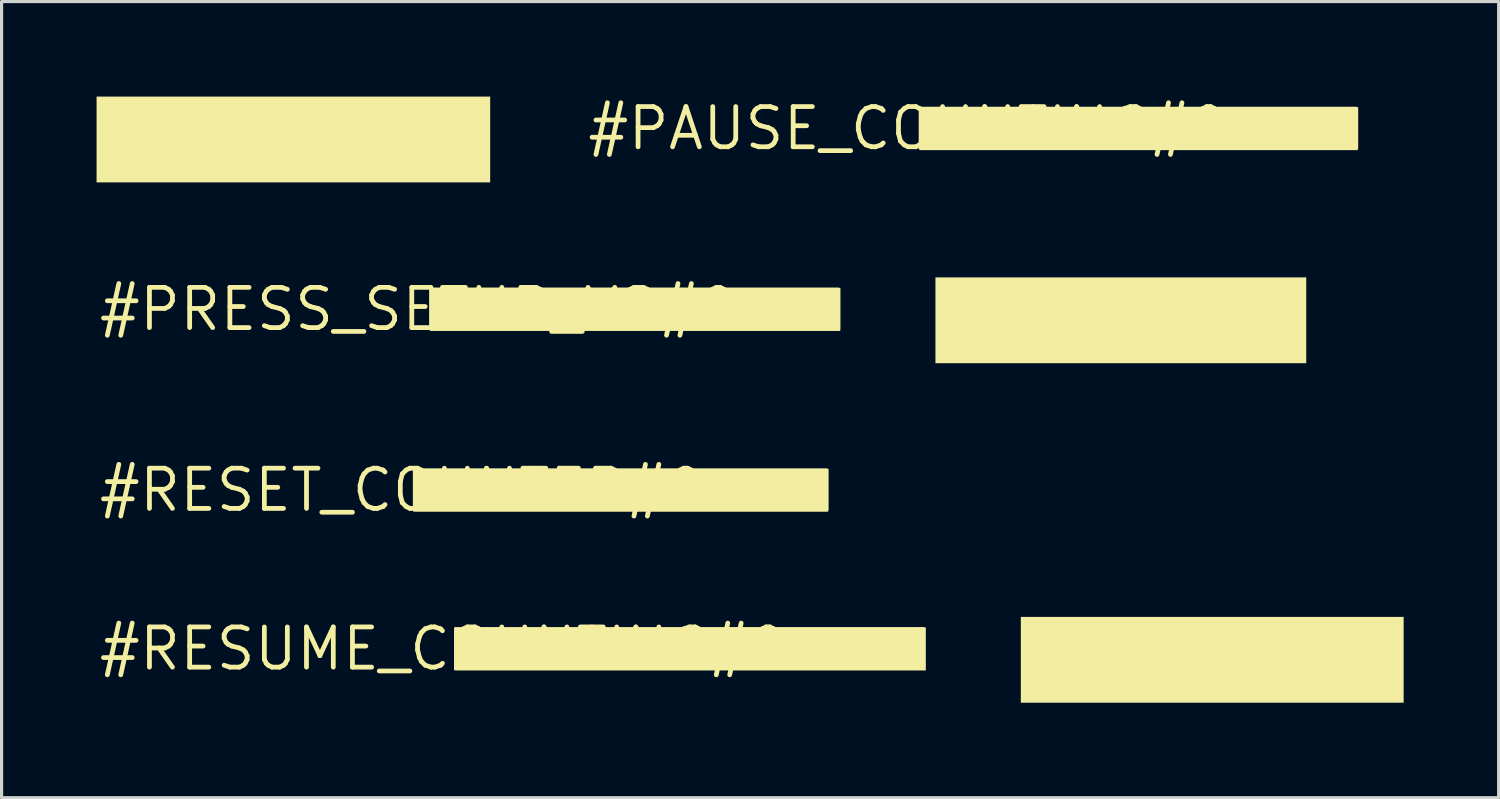
<source format=kicad_pcb>
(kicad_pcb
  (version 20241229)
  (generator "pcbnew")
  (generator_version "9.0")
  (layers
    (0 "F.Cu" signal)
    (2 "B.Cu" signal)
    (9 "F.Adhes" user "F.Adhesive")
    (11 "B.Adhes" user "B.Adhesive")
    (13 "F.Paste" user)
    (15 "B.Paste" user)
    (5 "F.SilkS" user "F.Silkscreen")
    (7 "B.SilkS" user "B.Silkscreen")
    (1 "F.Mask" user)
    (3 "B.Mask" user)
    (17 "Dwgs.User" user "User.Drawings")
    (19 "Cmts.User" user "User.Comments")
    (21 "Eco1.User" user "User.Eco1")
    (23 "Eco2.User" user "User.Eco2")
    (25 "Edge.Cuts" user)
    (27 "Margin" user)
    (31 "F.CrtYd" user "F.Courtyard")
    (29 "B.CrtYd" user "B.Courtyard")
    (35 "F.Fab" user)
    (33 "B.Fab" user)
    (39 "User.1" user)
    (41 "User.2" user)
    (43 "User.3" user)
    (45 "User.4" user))
  (footprint "#SETUP#0"
    (layer "F.Cu")
    (at 35.233 17.787)
    (property "Reference" "#SETUP#0" (at 0 0 0) (layer "F.SilkS") (effects (font (size 1.27 1.27) (thickness 0.15))))
    (fp_poly (pts (xy 6.045 1.355) (xy -6.045 1.355) (xy -6.045 -1.355) (xy 6.045 -1.355)) (stroke (width 0) (type solid)) (fill yes) (layer "F.SilkS"))
    (fp_poly (pts (xy -1.978 -0.405) (xy -1.968 -0.405) (xy -1.957 -0.394) (xy -1.937 -0.384) (xy -1.915 -0.352) (xy -1.915 -0.341) (xy -1.905 -0.321) (xy -1.905 -0.229) (xy -1.926 -0.187) (xy -1.947 -0.166) (xy -1.967 -0.156) (xy -1.978 -0.145) (xy -2.665 -0.145) (xy -2.665 -0.301) (xy -2.655 -0.332) (xy -2.644 -0.363) (xy -2.624 -0.384) (xy -2.602 -0.405) (xy -2.581 -0.405) (xy -2.561 -0.415) (xy -1.988 -0.415)) (stroke (width 0) (type solid)) (fill yes) (layer "F.SilkS")))
  (footprint "#RESUME_COUNTING#0"
    (layer "F.Cu")
    (at 10.953 17.439)
    (property "Reference" "#RESUME_COUNTING#0" (at 0 0 0) (layer "F.SilkS") (effects (font (size 1.27 1.27) (thickness 0.15))))
    (fp_poly (pts (xy 15.235 -0.674) (xy 15.235 0.685) (xy 0.4 0.685) (xy 0.335 0.674) (xy 0.335 -0.62) (xy 0.346 -0.685) (xy 15.17 -0.685)) (stroke (width 0) (type solid)) (fill yes) (layer "F.SilkS"))
    (fp_poly (pts (xy 1.152 -0.255) (xy 1.214 -0.224) (xy 1.245 -0.171) (xy 1.235 -0.088) (xy 1.193 -0.046) (xy 1.131 -0.025) (xy 0.989 -0.025) (xy 0.955 -0.036) (xy 0.955 -0.243) (xy 1.009 -0.265) (xy 1.08 -0.265)) (stroke (width 0) (type solid)) (fill yes) (layer "F.SilkS"))
    (fp_poly (pts (xy 8.642 -0.255) (xy 8.703 -0.224) (xy 8.754 -0.173) (xy 8.785 -0.112) (xy 8.795 -0.04) (xy 8.795 0.031) (xy 8.775 0.102) (xy 8.744 0.153) (xy 8.693 0.204) (xy 8.632 0.235) (xy 8.57 0.245) (xy 8.499 0.245) (xy 8.437 0.214) (xy 8.377 0.174) (xy 8.325 0.123) (xy 8.305 0.041) (xy 8.305 -0.03) (xy 8.315 -0.102) (xy 8.346 -0.163) (xy 8.387 -0.214) (xy 8.448 -0.255) (xy 8.509 -0.275) (xy 8.581 -0.275)) (stroke (width 0) (type solid)) (fill yes) (layer "F.SilkS")))
  (footprint "#PAUSE_COUNTING#0"
    (layer "F.Cu")
    (at 25.628 1.006)
    (property "Reference" "#PAUSE_COUNTING#0" (at 0 0 0) (layer "F.SilkS") (effects (font (size 1.27 1.27) (thickness 0.15))))
    (fp_poly (pts (xy 2.144 -0.064) (xy 2.207 0.064) (xy 2.15 0.075) (xy 2.079 0.075) (xy 2.033 0.052) (xy 2.098 -0.087)) (stroke (width 0) (type solid)) (fill yes) (layer "F.SilkS"))
    (fp_poly (pts (xy 14.215 -0.663) (xy 14.215 0.631) (xy 14.193 0.685) (xy 0.367 0.685) (xy 0.335 0.642) (xy 0.335 -0.652) (xy 0.368 -0.685) (xy 14.161 -0.685)) (stroke (width 0) (type solid)) (fill yes) (layer "F.SilkS"))
    (fp_poly (pts (xy 1.172 -0.245) (xy 1.224 -0.203) (xy 1.245 -0.13) (xy 1.224 -0.067) (xy 1.172 -0.015) (xy 0.988 -0.015) (xy 0.955 -0.058) (xy 0.955 -0.19) (xy 0.966 -0.255) (xy 1.11 -0.255)) (stroke (width 0) (type solid)) (fill yes) (layer "F.SilkS"))
    (fp_poly (pts (xy 7.612 -0.265) (xy 7.673 -0.224) (xy 7.724 -0.183) (xy 7.755 -0.122) (xy 7.775 -0.061) (xy 7.775 0.021) (xy 7.755 0.092) (xy 7.724 0.143) (xy 7.683 0.194) (xy 7.622 0.235) (xy 7.55 0.245) (xy 7.489 0.245) (xy 7.428 0.225) (xy 7.367 0.184) (xy 7.316 0.133) (xy 7.285 0.051) (xy 7.285 -0.01) (xy 7.295 -0.081) (xy 7.315 -0.152) (xy 7.357 -0.204) (xy 7.417 -0.244) (xy 7.479 -0.275) (xy 7.54 -0.275)) (stroke (width 0) (type solid)) (fill yes) (layer "F.SilkS")))
  (footprint "#RESET#0"
    (layer "F.Cu")
    (at 32.347 7.065)
    (property "Reference" "#RESET#0" (at 0 0 0) (layer "F.SilkS") (effects (font (size 1.27 1.27) (thickness 0.15))))
    (fp_poly (pts (xy 5.855 1.355) (xy -5.855 1.355) (xy -5.855 -1.355) (xy 5.855 -1.355)) (stroke (width 0) (type solid)) (fill yes) (layer "F.SilkS"))
    (fp_poly (pts (xy 2.192 -0.405) (xy 2.201 -0.405) (xy 2.223 -0.394) (xy 2.234 -0.384) (xy 2.244 -0.373) (xy 2.255 -0.351) (xy 2.255 -0.341) (xy 2.265 -0.321) (xy 2.265 -0.229) (xy 2.244 -0.188) (xy 2.234 -0.166) (xy 2.212 -0.156) (xy 2.191 -0.145) (xy 1.515 -0.145) (xy 1.515 -0.331) (xy 1.526 -0.363) (xy 1.546 -0.384) (xy 1.568 -0.405) (xy 1.589 -0.405) (xy 1.609 -0.415) (xy 2.182 -0.415)) (stroke (width 0) (type solid)) (fill yes) (layer "F.SilkS"))
    (fp_poly (pts (xy -1.998 -0.405) (xy -1.978 -0.405) (xy -1.966 -0.394) (xy -1.956 -0.384) (xy -1.946 -0.373) (xy -1.936 -0.353) (xy -1.925 -0.342) (xy -1.925 -0.321) (xy -1.915 -0.301) (xy -1.915 -0.249) (xy -1.925 -0.229) (xy -1.925 -0.209) (xy -1.936 -0.187) (xy -1.957 -0.166) (xy -1.999 -0.145) (xy -2.675 -0.145) (xy -2.675 -0.301) (xy -2.665 -0.332) (xy -2.655 -0.362) (xy -2.644 -0.383) (xy -2.622 -0.405) (xy -2.591 -0.405) (xy -2.571 -0.415) (xy -2.008 -0.415)) (stroke (width 0) (type solid)) (fill yes) (layer "F.SilkS")))
  (footprint "#COUNT#0"
    (layer "F.Cu")
    (at 6.215 1.355)
    (property "Reference" "#COUNT#0" (at 0 0 0) (layer "F.SilkS") (effects (font (size 1.27 1.27) (thickness 0.15))))
    (fp_poly (pts (xy 6.215 1.355) (xy -6.215 1.355) (xy -6.215 -1.355) (xy 6.215 -1.355)) (stroke (width 0) (type solid)) (fill yes) (layer "F.SilkS"))
    (fp_poly (pts (xy -2.279 -0.455) (xy -2.239 -0.445) (xy -2.188 -0.435) (xy -2.147 -0.414) (xy -2.107 -0.384) (xy -2.067 -0.364) (xy -2.036 -0.333) (xy -2.006 -0.293) (xy -1.976 -0.253) (xy -1.956 -0.212) (xy -1.936 -0.172) (xy -1.915 -0.132) (xy -1.905 -0.091) (xy -1.905 -0.04) (xy -1.895 0.01) (xy -1.905 0.06) (xy -1.905 0.111) (xy -1.915 0.152) (xy -1.936 0.192) (xy -1.956 0.232) (xy -1.976 0.273) (xy -2.006 0.313) (xy -2.037 0.344) (xy -2.077 0.374) (xy -2.107 0.404) (xy -2.148 0.424) (xy -2.188 0.445) (xy -2.238 0.455) (xy -2.279 0.475) (xy -2.471 0.475) (xy -2.512 0.465) (xy -2.562 0.445) (xy -2.592 0.435) (xy -2.633 0.414) (xy -2.663 0.384) (xy -2.693 0.364) (xy -2.734 0.323) (xy -2.764 0.273) (xy -2.794 0.233) (xy -2.825 0.182) (xy -2.835 0.141) (xy -2.845 0.101) (xy -2.855 0.061) (xy -2.855 -0.03) (xy -2.845 -0.081) (xy -2.835 -0.121) (xy -2.825 -0.162) (xy -2.794 -0.213) (xy -2.764 -0.263) (xy -2.734 -0.303) (xy -2.704 -0.343) (xy -2.673 -0.374) (xy -2.633 -0.394) (xy -2.603 -0.414) (xy -2.562 -0.435) (xy -2.511 -0.445) (xy -2.471 -0.455) (xy -2.42 -0.465) (xy -2.33 -0.465)) (stroke (width 0) (type solid)) (fill yes) (layer "F.SilkS")))
  (footprint "#RESET_COUNTER#0"
    (layer "F.Cu")
    (at 9.653 12.426)
    (property "Reference" "#RESET_COUNTER#0" (at 0 0 0) (layer "F.SilkS") (effects (font (size 1.27 1.27) (thickness 0.15))))
    (fp_poly (pts (xy 13.465 -0.663) (xy 13.465 0.631) (xy 13.443 0.685) (xy 0.357 0.685) (xy 0.335 0.631) (xy 0.335 -0.652) (xy 0.378 -0.685) (xy 13.411 -0.685)) (stroke (width 0) (type solid)) (fill yes) (layer "F.SilkS"))
    (fp_poly (pts (xy 1.182 -0.245) (xy 1.235 -0.203) (xy 1.245 -0.13) (xy 1.224 -0.067) (xy 1.162 -0.025) (xy 1.029 -0.025) (xy 0.955 -0.067) (xy 0.955 -0.211) (xy 0.977 -0.265) (xy 1.111 -0.265)) (stroke (width 0) (type solid)) (fill yes) (layer "F.SilkS"))
    (fp_poly (pts (xy 12.652 -0.255) (xy 12.714 -0.224) (xy 12.735 -0.16) (xy 12.725 -0.088) (xy 12.683 -0.035) (xy 12.61 -0.025) (xy 12.478 -0.025) (xy 12.455 -0.048) (xy 12.455 -0.254) (xy 12.52 -0.265) (xy 12.58 -0.265)) (stroke (width 0) (type solid)) (fill yes) (layer "F.SilkS"))
    (fp_poly (pts (xy 7.462 -0.265) (xy 7.523 -0.234) (xy 7.574 -0.193) (xy 7.615 -0.132) (xy 7.635 -0.071) (xy 7.635 0.000355) (xy 7.625 0.071) (xy 7.604 0.133) (xy 7.553 0.184) (xy 7.502 0.225) (xy 7.431 0.245) (xy 7.37 0.245) (xy 7.298 0.235) (xy 7.247 0.194) (xy 7.186 0.143) (xy 7.145 0.071) (xy 7.145 -0.000355) (xy 7.155 -0.071) (xy 7.175 -0.132) (xy 7.206 -0.193) (xy 7.267 -0.234) (xy 7.328 -0.265) (xy 7.39 -0.275)) (stroke (width 0) (type solid)) (fill yes) (layer "F.SilkS")))
  (footprint "#PRESS_SETUP_X2#0"
    (layer "F.Cu")
    (at 10.167 6.716)
    (property "Reference" "#PRESS_SETUP_X2#0" (at 0 0 0) (layer "F.SilkS") (effects (font (size 1.27 1.27) (thickness 0.15))))
    (fp_poly (pts (xy 13.325 -0.663) (xy 13.325 0.62) (xy 13.314 0.685) (xy 0.378 0.685) (xy 0.335 0.652) (xy 0.335 -0.642) (xy 0.367 -0.685) (xy 13.271 -0.685)) (stroke (width 0) (type solid)) (fill yes) (layer "F.SilkS"))
    (fp_poly (pts (xy 1.162 -0.245) (xy 1.224 -0.203) (xy 1.245 -0.14) (xy 1.224 -0.067) (xy 1.183 -0.025) (xy 1.141 -0.015) (xy 0.998 -0.015) (xy 0.955 -0.048) (xy 0.955 -0.255) (xy 1.1 -0.255)) (stroke (width 0) (type solid)) (fill yes) (layer "F.SilkS"))
    (fp_poly (pts (xy 2.122 -0.244) (xy 2.175 -0.203) (xy 2.185 -0.13) (xy 2.164 -0.067) (xy 2.102 -0.025) (xy 1.958 -0.025) (xy 1.895 -0.067) (xy 1.895 -0.211) (xy 1.917 -0.265) (xy 2.061 -0.265)) (stroke (width 0) (type solid)) (fill yes) (layer "F.SilkS"))
    (fp_poly (pts (xy 10.174 -0.213) (xy 10.205 -0.151) (xy 10.195 -0.078) (xy 10.143 -0.026) (xy 10.111 -0.015) (xy 9.969 -0.015) (xy 9.915 -0.037) (xy 9.915 -0.244) (xy 9.98 -0.255) (xy 10.122 -0.255)) (stroke (width 0) (type solid)) (fill yes) (layer "F.SilkS")))
  (gr_rect
    (start -3 -3)
    (end 44.278 22.142)
    (stroke (width 0.1) (type default))
    (fill no)
    (layer "Edge.Cuts")))
</source>
